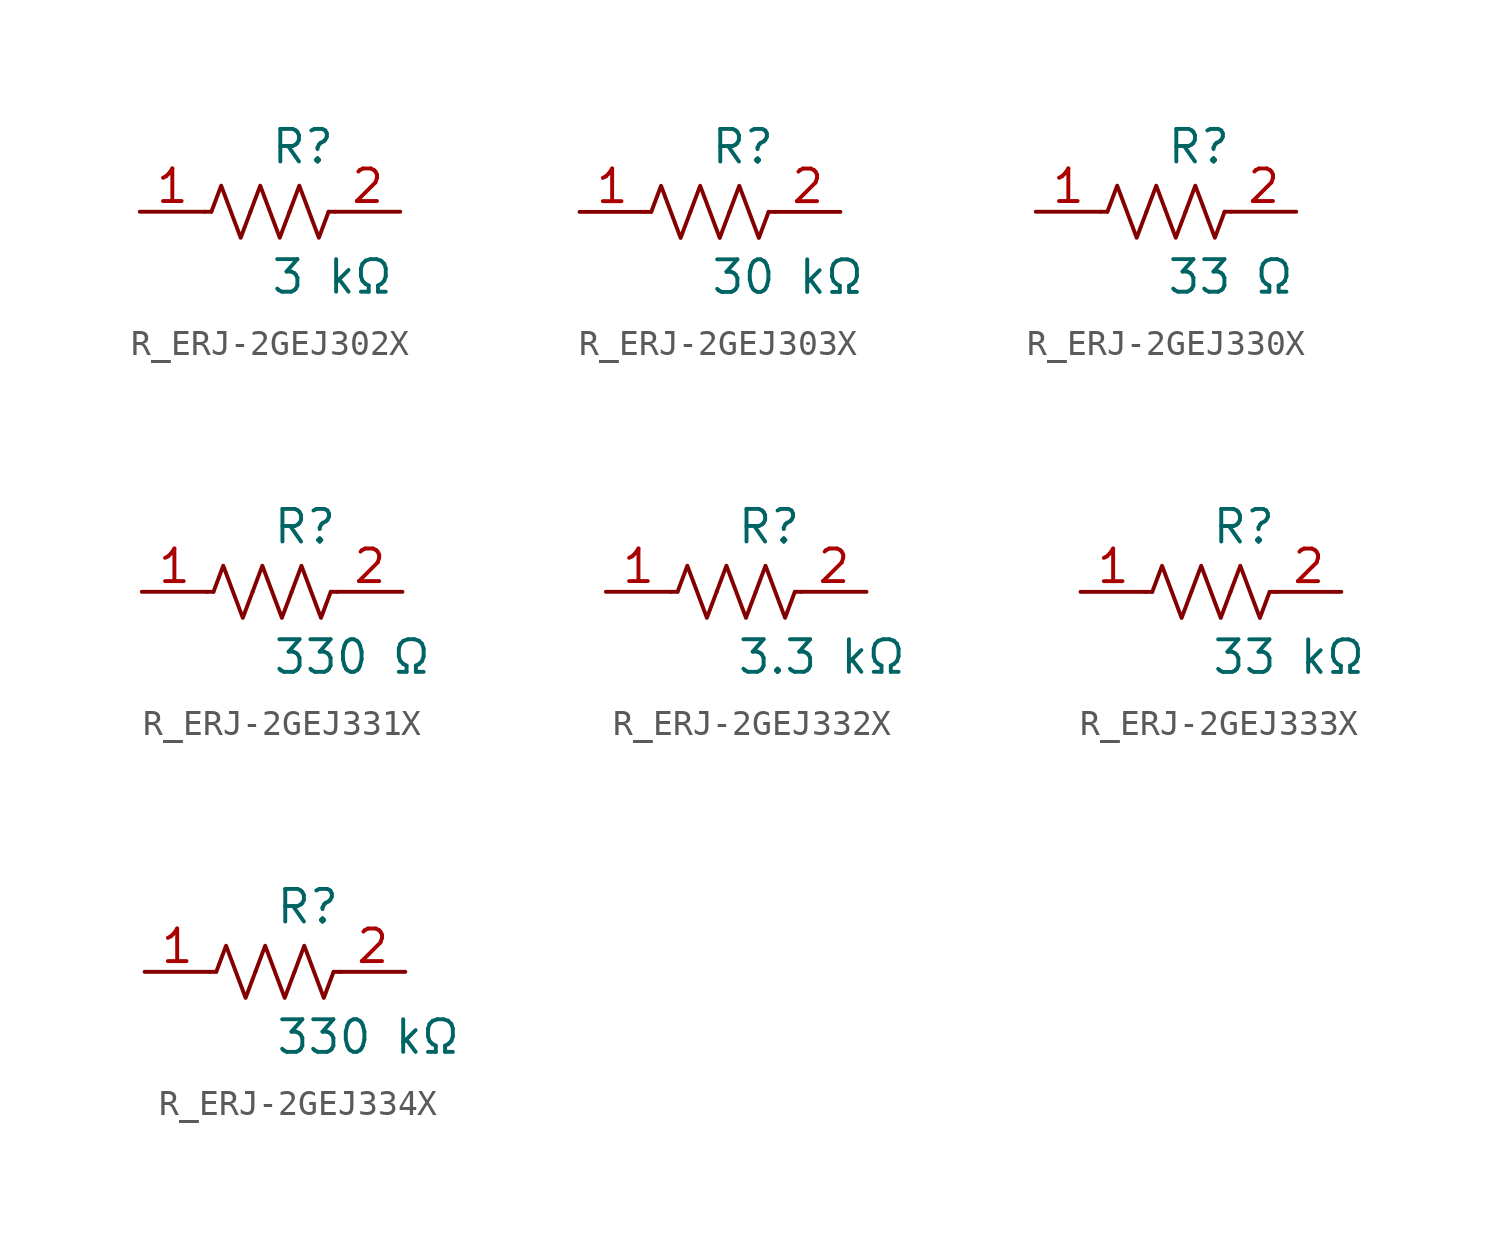
<source format=kicad_sym>
(kicad_symbol_lib
  (version 20231120)
  (generator kicad_symbol_editor)
  (generator_version 8.0)
  (symbol "R_ERJ-2GEJ302X"
    (pin_names
      (offset 0.254))
    (property "Reference" "R"
      (at 0.0 2.54 0)
      (effects (font (size 1.27 1.27)) (justify left)))
    (property "Value" "3 kΩ"
      (at 0.0 -2.54 0)
      (effects (font (size 1.27 1.27)) (justify left)))
    (symbol "R_ERJ-2GEJ302X_0_1"
      (polyline (pts (xy 2.286 0) (xy 2.54 0)) (stroke (width 0) (type default)) (fill (type none)))
      (polyline (pts (xy -2.286 0) (xy -2.54 0)) (stroke (width 0) (type default)) (fill (type none)))
      (polyline (pts (xy 0.762 0) (xy 1.143 1.016) (xy 1.524 0) (xy 1.905 -1.016) (xy 2.286 0)) (stroke (width 0) (type default)) (fill (type none)))
      (polyline (pts (xy -0.762 0) (xy -0.381 1.016) (xy 0 0) (xy 0.381 -1.016) (xy 0.762 0)) (stroke (width 0) (type default)) (fill (type none)))
      (polyline (pts (xy -2.286 0) (xy -1.905 1.016) (xy -1.524 0) (xy -1.143 -1.016) (xy -0.762 0)) (stroke (width 0) (type default)) (fill (type none))))
    (pin unspecified line
      (at -5.08 0 0)
      (length 2.54)
      (name "" (effects (font (size 1.27 1.27))))
      (number "1" (effects (font (size 1.27 1.27)))))
    (pin unspecified line
      (at 5.08 0 180)
      (length 2.54)
      (name "" (effects (font (size 1.27 1.27))))
      (number "2" (effects (font (size 1.27 1.27))))))
  (symbol "R_ERJ-2GEJ303X"
    (pin_names
      (offset 0.254))
    (property "Reference" "R"
      (at 0.0 2.54 0)
      (effects (font (size 1.27 1.27)) (justify left)))
    (property "Value" "30 kΩ"
      (at 0.0 -2.54 0)
      (effects (font (size 1.27 1.27)) (justify left)))
    (symbol "R_ERJ-2GEJ303X_0_1"
      (polyline (pts (xy 2.286 0) (xy 2.54 0)) (stroke (width 0) (type default)) (fill (type none)))
      (polyline (pts (xy -2.286 0) (xy -2.54 0)) (stroke (width 0) (type default)) (fill (type none)))
      (polyline (pts (xy 0.762 0) (xy 1.143 1.016) (xy 1.524 0) (xy 1.905 -1.016) (xy 2.286 0)) (stroke (width 0) (type default)) (fill (type none)))
      (polyline (pts (xy -0.762 0) (xy -0.381 1.016) (xy 0 0) (xy 0.381 -1.016) (xy 0.762 0)) (stroke (width 0) (type default)) (fill (type none)))
      (polyline (pts (xy -2.286 0) (xy -1.905 1.016) (xy -1.524 0) (xy -1.143 -1.016) (xy -0.762 0)) (stroke (width 0) (type default)) (fill (type none))))
    (pin unspecified line
      (at -5.08 0 0)
      (length 2.54)
      (name "" (effects (font (size 1.27 1.27))))
      (number "1" (effects (font (size 1.27 1.27)))))
    (pin unspecified line
      (at 5.08 0 180)
      (length 2.54)
      (name "" (effects (font (size 1.27 1.27))))
      (number "2" (effects (font (size 1.27 1.27))))))
  (symbol "R_ERJ-2GEJ330X"
    (pin_names
      (offset 0.254))
    (property "Reference" "R"
      (at 0.0 2.54 0)
      (effects (font (size 1.27 1.27)) (justify left)))
    (property "Value" "33 Ω"
      (at 0.0 -2.54 0)
      (effects (font (size 1.27 1.27)) (justify left)))
    (symbol "R_ERJ-2GEJ330X_0_1"
      (polyline (pts (xy 2.286 0) (xy 2.54 0)) (stroke (width 0) (type default)) (fill (type none)))
      (polyline (pts (xy -2.286 0) (xy -2.54 0)) (stroke (width 0) (type default)) (fill (type none)))
      (polyline (pts (xy 0.762 0) (xy 1.143 1.016) (xy 1.524 0) (xy 1.905 -1.016) (xy 2.286 0)) (stroke (width 0) (type default)) (fill (type none)))
      (polyline (pts (xy -0.762 0) (xy -0.381 1.016) (xy 0 0) (xy 0.381 -1.016) (xy 0.762 0)) (stroke (width 0) (type default)) (fill (type none)))
      (polyline (pts (xy -2.286 0) (xy -1.905 1.016) (xy -1.524 0) (xy -1.143 -1.016) (xy -0.762 0)) (stroke (width 0) (type default)) (fill (type none))))
    (pin unspecified line
      (at -5.08 0 0)
      (length 2.54)
      (name "" (effects (font (size 1.27 1.27))))
      (number "1" (effects (font (size 1.27 1.27)))))
    (pin unspecified line
      (at 5.08 0 180)
      (length 2.54)
      (name "" (effects (font (size 1.27 1.27))))
      (number "2" (effects (font (size 1.27 1.27))))))
  (symbol "R_ERJ-2GEJ331X"
    (pin_names
      (offset 0.254))
    (property "Reference" "R"
      (at 0.0 2.54 0)
      (effects (font (size 1.27 1.27)) (justify left)))
    (property "Value" "330 Ω"
      (at 0.0 -2.54 0)
      (effects (font (size 1.27 1.27)) (justify left)))
    (symbol "R_ERJ-2GEJ331X_0_1"
      (polyline (pts (xy 2.286 0) (xy 2.54 0)) (stroke (width 0) (type default)) (fill (type none)))
      (polyline (pts (xy -2.286 0) (xy -2.54 0)) (stroke (width 0) (type default)) (fill (type none)))
      (polyline (pts (xy 0.762 0) (xy 1.143 1.016) (xy 1.524 0) (xy 1.905 -1.016) (xy 2.286 0)) (stroke (width 0) (type default)) (fill (type none)))
      (polyline (pts (xy -0.762 0) (xy -0.381 1.016) (xy 0 0) (xy 0.381 -1.016) (xy 0.762 0)) (stroke (width 0) (type default)) (fill (type none)))
      (polyline (pts (xy -2.286 0) (xy -1.905 1.016) (xy -1.524 0) (xy -1.143 -1.016) (xy -0.762 0)) (stroke (width 0) (type default)) (fill (type none))))
    (pin unspecified line
      (at -5.08 0 0)
      (length 2.54)
      (name "" (effects (font (size 1.27 1.27))))
      (number "1" (effects (font (size 1.27 1.27)))))
    (pin unspecified line
      (at 5.08 0 180)
      (length 2.54)
      (name "" (effects (font (size 1.27 1.27))))
      (number "2" (effects (font (size 1.27 1.27))))))
  (symbol "R_ERJ-2GEJ332X"
    (pin_names
      (offset 0.254))
    (property "Reference" "R"
      (at 0.0 2.54 0)
      (effects (font (size 1.27 1.27)) (justify left)))
    (property "Value" "3.3 kΩ"
      (at 0.0 -2.54 0)
      (effects (font (size 1.27 1.27)) (justify left)))
    (symbol "R_ERJ-2GEJ332X_0_1"
      (polyline (pts (xy 2.286 0) (xy 2.54 0)) (stroke (width 0) (type default)) (fill (type none)))
      (polyline (pts (xy -2.286 0) (xy -2.54 0)) (stroke (width 0) (type default)) (fill (type none)))
      (polyline (pts (xy 0.762 0) (xy 1.143 1.016) (xy 1.524 0) (xy 1.905 -1.016) (xy 2.286 0)) (stroke (width 0) (type default)) (fill (type none)))
      (polyline (pts (xy -0.762 0) (xy -0.381 1.016) (xy 0 0) (xy 0.381 -1.016) (xy 0.762 0)) (stroke (width 0) (type default)) (fill (type none)))
      (polyline (pts (xy -2.286 0) (xy -1.905 1.016) (xy -1.524 0) (xy -1.143 -1.016) (xy -0.762 0)) (stroke (width 0) (type default)) (fill (type none))))
    (pin unspecified line
      (at -5.08 0 0)
      (length 2.54)
      (name "" (effects (font (size 1.27 1.27))))
      (number "1" (effects (font (size 1.27 1.27)))))
    (pin unspecified line
      (at 5.08 0 180)
      (length 2.54)
      (name "" (effects (font (size 1.27 1.27))))
      (number "2" (effects (font (size 1.27 1.27))))))
  (symbol "R_ERJ-2GEJ333X"
    (pin_names
      (offset 0.254))
    (property "Reference" "R"
      (at 0.0 2.54 0)
      (effects (font (size 1.27 1.27)) (justify left)))
    (property "Value" "33 kΩ"
      (at 0.0 -2.54 0)
      (effects (font (size 1.27 1.27)) (justify left)))
    (symbol "R_ERJ-2GEJ333X_0_1"
      (polyline (pts (xy 2.286 0) (xy 2.54 0)) (stroke (width 0) (type default)) (fill (type none)))
      (polyline (pts (xy -2.286 0) (xy -2.54 0)) (stroke (width 0) (type default)) (fill (type none)))
      (polyline (pts (xy 0.762 0) (xy 1.143 1.016) (xy 1.524 0) (xy 1.905 -1.016) (xy 2.286 0)) (stroke (width 0) (type default)) (fill (type none)))
      (polyline (pts (xy -0.762 0) (xy -0.381 1.016) (xy 0 0) (xy 0.381 -1.016) (xy 0.762 0)) (stroke (width 0) (type default)) (fill (type none)))
      (polyline (pts (xy -2.286 0) (xy -1.905 1.016) (xy -1.524 0) (xy -1.143 -1.016) (xy -0.762 0)) (stroke (width 0) (type default)) (fill (type none))))
    (pin unspecified line
      (at -5.08 0 0)
      (length 2.54)
      (name "" (effects (font (size 1.27 1.27))))
      (number "1" (effects (font (size 1.27 1.27)))))
    (pin unspecified line
      (at 5.08 0 180)
      (length 2.54)
      (name "" (effects (font (size 1.27 1.27))))
      (number "2" (effects (font (size 1.27 1.27))))))
  (symbol "R_ERJ-2GEJ334X"
    (pin_names
      (offset 0.254))
    (property "Reference" "R"
      (at 0.0 2.54 0)
      (effects (font (size 1.27 1.27)) (justify left)))
    (property "Value" "330 kΩ"
      (at 0.0 -2.54 0)
      (effects (font (size 1.27 1.27)) (justify left)))
    (symbol "R_ERJ-2GEJ334X_0_1"
      (polyline (pts (xy 2.286 0) (xy 2.54 0)) (stroke (width 0) (type default)) (fill (type none)))
      (polyline (pts (xy -2.286 0) (xy -2.54 0)) (stroke (width 0) (type default)) (fill (type none)))
      (polyline (pts (xy 0.762 0) (xy 1.143 1.016) (xy 1.524 0) (xy 1.905 -1.016) (xy 2.286 0)) (stroke (width 0) (type default)) (fill (type none)))
      (polyline (pts (xy -0.762 0) (xy -0.381 1.016) (xy 0 0) (xy 0.381 -1.016) (xy 0.762 0)) (stroke (width 0) (type default)) (fill (type none)))
      (polyline (pts (xy -2.286 0) (xy -1.905 1.016) (xy -1.524 0) (xy -1.143 -1.016) (xy -0.762 0)) (stroke (width 0) (type default)) (fill (type none))))
    (pin unspecified line
      (at -5.08 0 0)
      (length 2.54)
      (name "" (effects (font (size 1.27 1.27))))
      (number "1" (effects (font (size 1.27 1.27)))))
    (pin unspecified line
      (at 5.08 0 180)
      (length 2.54)
      (name "" (effects (font (size 1.27 1.27))))
      (number "2" (effects (font (size 1.27 1.27)))))))
</source>
